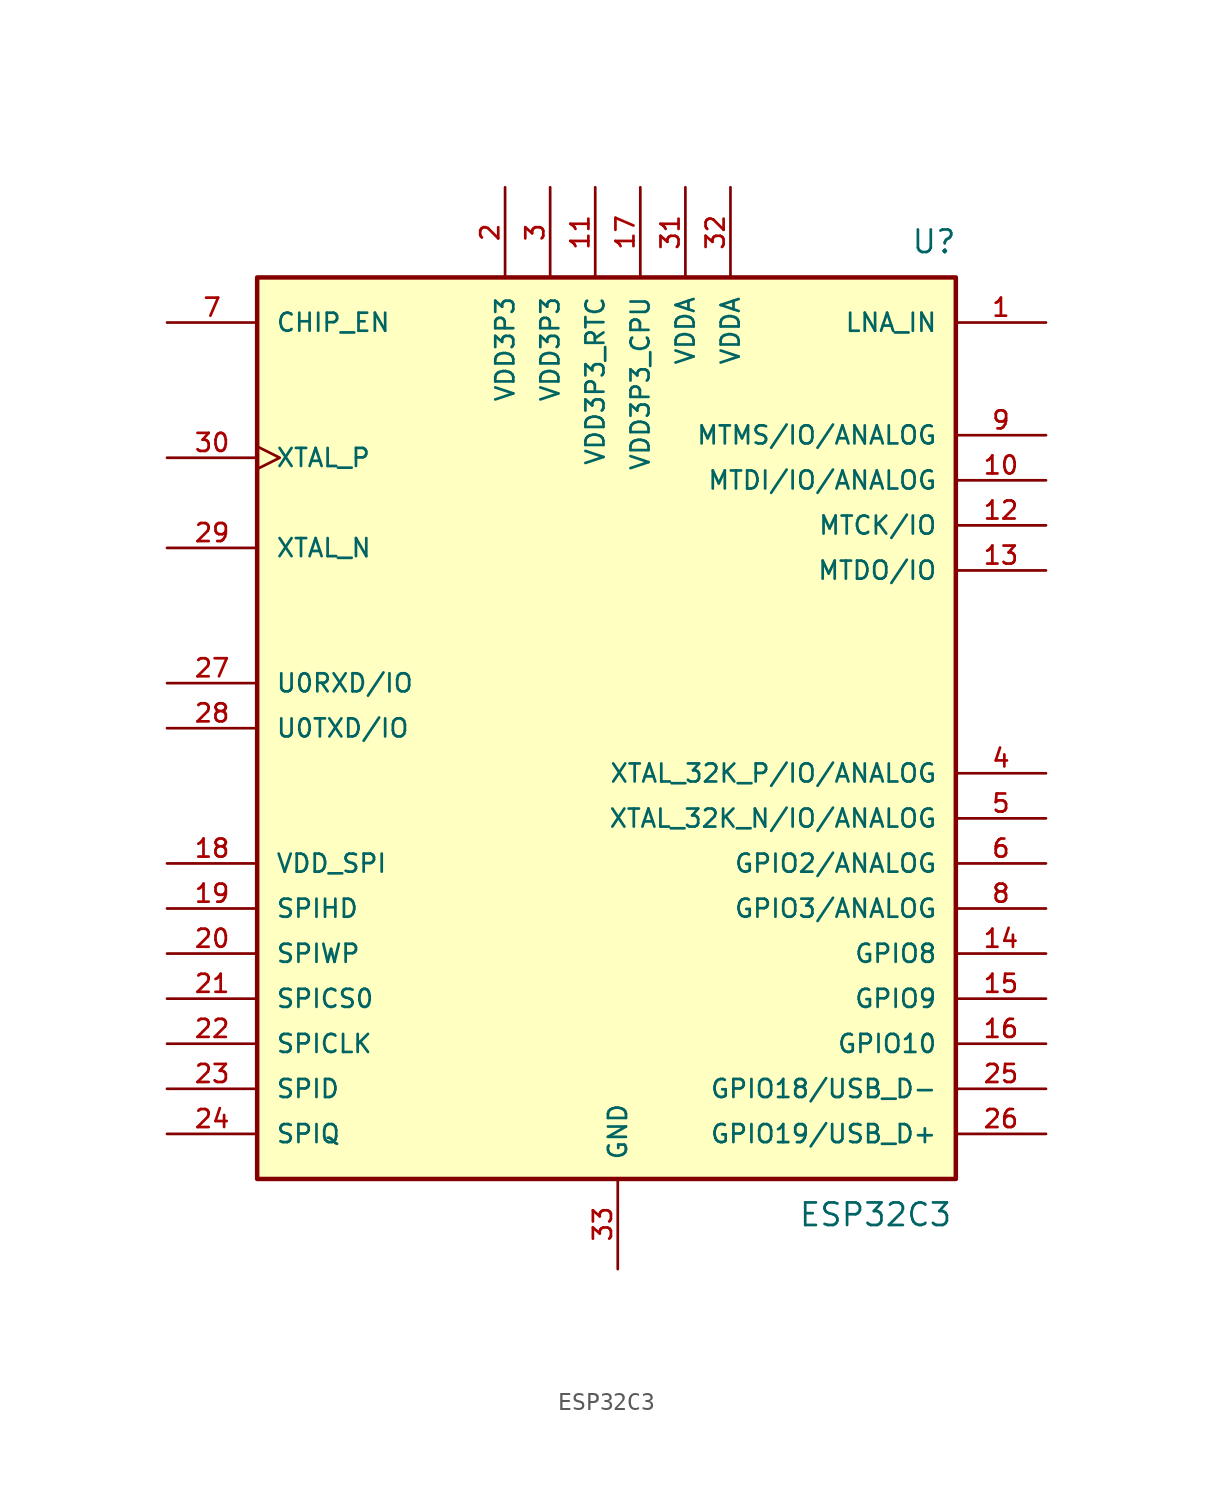
<source format=kicad_sym>
(kicad_symbol_lib
  (version 20220914)
  (generator kicad_symbol_editor)
  (symbol "ESP32C3"
    (pin_names
      (offset 1.016))
    (property "Reference" "U"
      (at 16.51 26.67 0)
      (effects (font (size 1.27 1.27)) (justify left bottom)))
    (property "Value" "ESP32C3"
      (at 10.16 -26.67 0)
      (effects (font (size 1.27 1.27)) (justify left top)))
    (symbol "ESP32C3_0_0"
      (rectangle (start -20.32 25.4) (end 19.05 -25.4) (stroke (width 0.254) (type default)) (fill (type background)))
      (pin bidirectional line (at 24.13 22.86 180) (length 5.08) (name "LNA_IN" (effects (font (size 1.016 1.016)))) (number "1" (effects (font (size 1.016 1.016)))))
      (pin power_in line (at -1.27 30.48 270) (length 5.08) (name "VDD3P3_RTC" (effects (font (size 1.016 1.016)))) (number "11" (effects (font (size 1.016 1.016)))))
      (pin bidirectional line (at 24.13 -12.7 180) (length 5.08) (name "GPIO8" (effects (font (size 1.016 1.016)))) (number "14" (effects (font (size 1.016 1.016)))))
      (pin bidirectional line (at 24.13 -15.24 180) (length 5.08) (name "GPIO9" (effects (font (size 1.016 1.016)))) (number "15" (effects (font (size 1.016 1.016)))))
      (pin bidirectional line (at 24.13 -17.78 180) (length 5.08) (name "GPIO10" (effects (font (size 1.016 1.016)))) (number "16" (effects (font (size 1.016 1.016)))))
      (pin power_in line (at 1.27 30.48 270) (length 5.08) (name "VDD3P3_CPU" (effects (font (size 1.016 1.016)))) (number "17" (effects (font (size 1.016 1.016)))))
      (pin power_in line (at -25.4 -7.62 0) (length 5.08) (name "VDD_SPI" (effects (font (size 1.016 1.016)))) (number "18" (effects (font (size 1.016 1.016)))))
      (pin bidirectional line (at -25.4 -10.16 0) (length 5.08) (name "SPIHD" (effects (font (size 1.016 1.016)))) (number "19" (effects (font (size 1.016 1.016)))))
      (pin power_in line (at -6.35 30.48 270) (length 5.08) (name "VDD3P3" (effects (font (size 1.016 1.016)))) (number "2" (effects (font (size 1.016 1.016)))))
      (pin bidirectional line (at -25.4 -12.7 0) (length 5.08) (name "SPIWP" (effects (font (size 1.016 1.016)))) (number "20" (effects (font (size 1.016 1.016)))))
      (pin bidirectional line (at -25.4 -15.24 0) (length 5.08) (name "SPICS0" (effects (font (size 1.016 1.016)))) (number "21" (effects (font (size 1.016 1.016)))))
      (pin bidirectional line (at -25.4 -17.78 0) (length 5.08) (name "SPICLK" (effects (font (size 1.016 1.016)))) (number "22" (effects (font (size 1.016 1.016)))))
      (pin bidirectional line (at -25.4 -20.32 0) (length 5.08) (name "SPID" (effects (font (size 1.016 1.016)))) (number "23" (effects (font (size 1.016 1.016)))))
      (pin bidirectional line (at -25.4 -22.86 0) (length 5.08) (name "SPIQ" (effects (font (size 1.016 1.016)))) (number "24" (effects (font (size 1.016 1.016)))))
      (pin output line (at -25.4 10.16 0) (length 5.08) (name "XTAL_N" (effects (font (size 1.016 1.016)))) (number "29" (effects (font (size 1.016 1.016)))))
      (pin power_in line (at -3.81 30.48 270) (length 5.08) (name "VDD3P3" (effects (font (size 1.016 1.016)))) (number "3" (effects (font (size 1.016 1.016)))))
      (pin input clock (at -25.4 15.24 0) (length 5.08) (name "XTAL_P" (effects (font (size 1.016 1.016)))) (number "30" (effects (font (size 1.016 1.016)))))
      (pin power_in line (at 3.81 30.48 270) (length 5.08) (name "VDDA" (effects (font (size 1.016 1.016)))) (number "31" (effects (font (size 1.016 1.016)))))
      (pin power_in line (at 6.35 30.48 270) (length 5.08) (name "VDDA" (effects (font (size 1.016 1.016)))) (number "32" (effects (font (size 1.016 1.016)))))
      (pin power_in line (at 0 -30.48 90) (length 5.08) (name "GND" (effects (font (size 1.016 1.016)))) (number "33" (effects (font (size 1.016 1.016)))))
      (pin input line (at -25.4 22.86 0) (length 5.08) (name "CHIP_EN" (effects (font (size 1.016 1.016)))) (number "7" (effects (font (size 1.016 1.016))))))
    (symbol "ESP32C3_1_0"
      (pin bidirectional line (at 24.13 13.97 180) (length 5.08) (name "MTDI/IO/ANALOG" (effects (font (size 1.016 1.016)))) (number "10" (effects (font (size 1.016 1.016)))))
      (pin bidirectional line (at 24.13 11.43 180) (length 5.08) (name "MTCK/IO" (effects (font (size 1.016 1.016)))) (number "12" (effects (font (size 1.016 1.016)))))
      (pin bidirectional line (at 24.13 8.89 180) (length 5.08) (name "MTDO/IO" (effects (font (size 1.016 1.016)))) (number "13" (effects (font (size 1.016 1.016)))))
      (pin bidirectional line (at 24.13 -20.32 180) (length 5.08) (name "GPIO18/USB_D-" (effects (font (size 1.016 1.016)))) (number "25" (effects (font (size 1.016 1.016)))))
      (pin bidirectional line (at 24.13 -22.86 180) (length 5.08) (name "GPIO19/USB_D+" (effects (font (size 1.016 1.016)))) (number "26" (effects (font (size 1.016 1.016)))))
      (pin bidirectional line (at -25.4 2.54 0) (length 5.08) (name "U0RXD/IO" (effects (font (size 1.016 1.016)))) (number "27" (effects (font (size 1.016 1.016)))))
      (pin bidirectional line (at -25.4 0 0) (length 5.08) (name "U0TXD/IO" (effects (font (size 1.016 1.016)))) (number "28" (effects (font (size 1.016 1.016)))))
      (pin bidirectional line (at 24.13 -2.54 180) (length 5.08) (name "XTAL_32K_P/IO/ANALOG" (effects (font (size 1.016 1.016)))) (number "4" (effects (font (size 1.016 1.016)))))
      (pin bidirectional line (at 24.13 -5.08 180) (length 5.08) (name "XTAL_32K_N/IO/ANALOG" (effects (font (size 1.016 1.016)))) (number "5" (effects (font (size 1.016 1.016)))))
      (pin bidirectional line (at 24.13 -7.62 180) (length 5.08) (name "GPIO2/ANALOG" (effects (font (size 1.016 1.016)))) (number "6" (effects (font (size 1.016 1.016)))))
      (pin bidirectional line (at 24.13 -10.16 180) (length 5.08) (name "GPIO3/ANALOG" (effects (font (size 1.016 1.016)))) (number "8" (effects (font (size 1.016 1.016)))))
      (pin bidirectional line (at 24.13 16.51 180) (length 5.08) (name "MTMS/IO/ANALOG" (effects (font (size 1.016 1.016)))) (number "9" (effects (font (size 1.016 1.016))))))))
</source>
